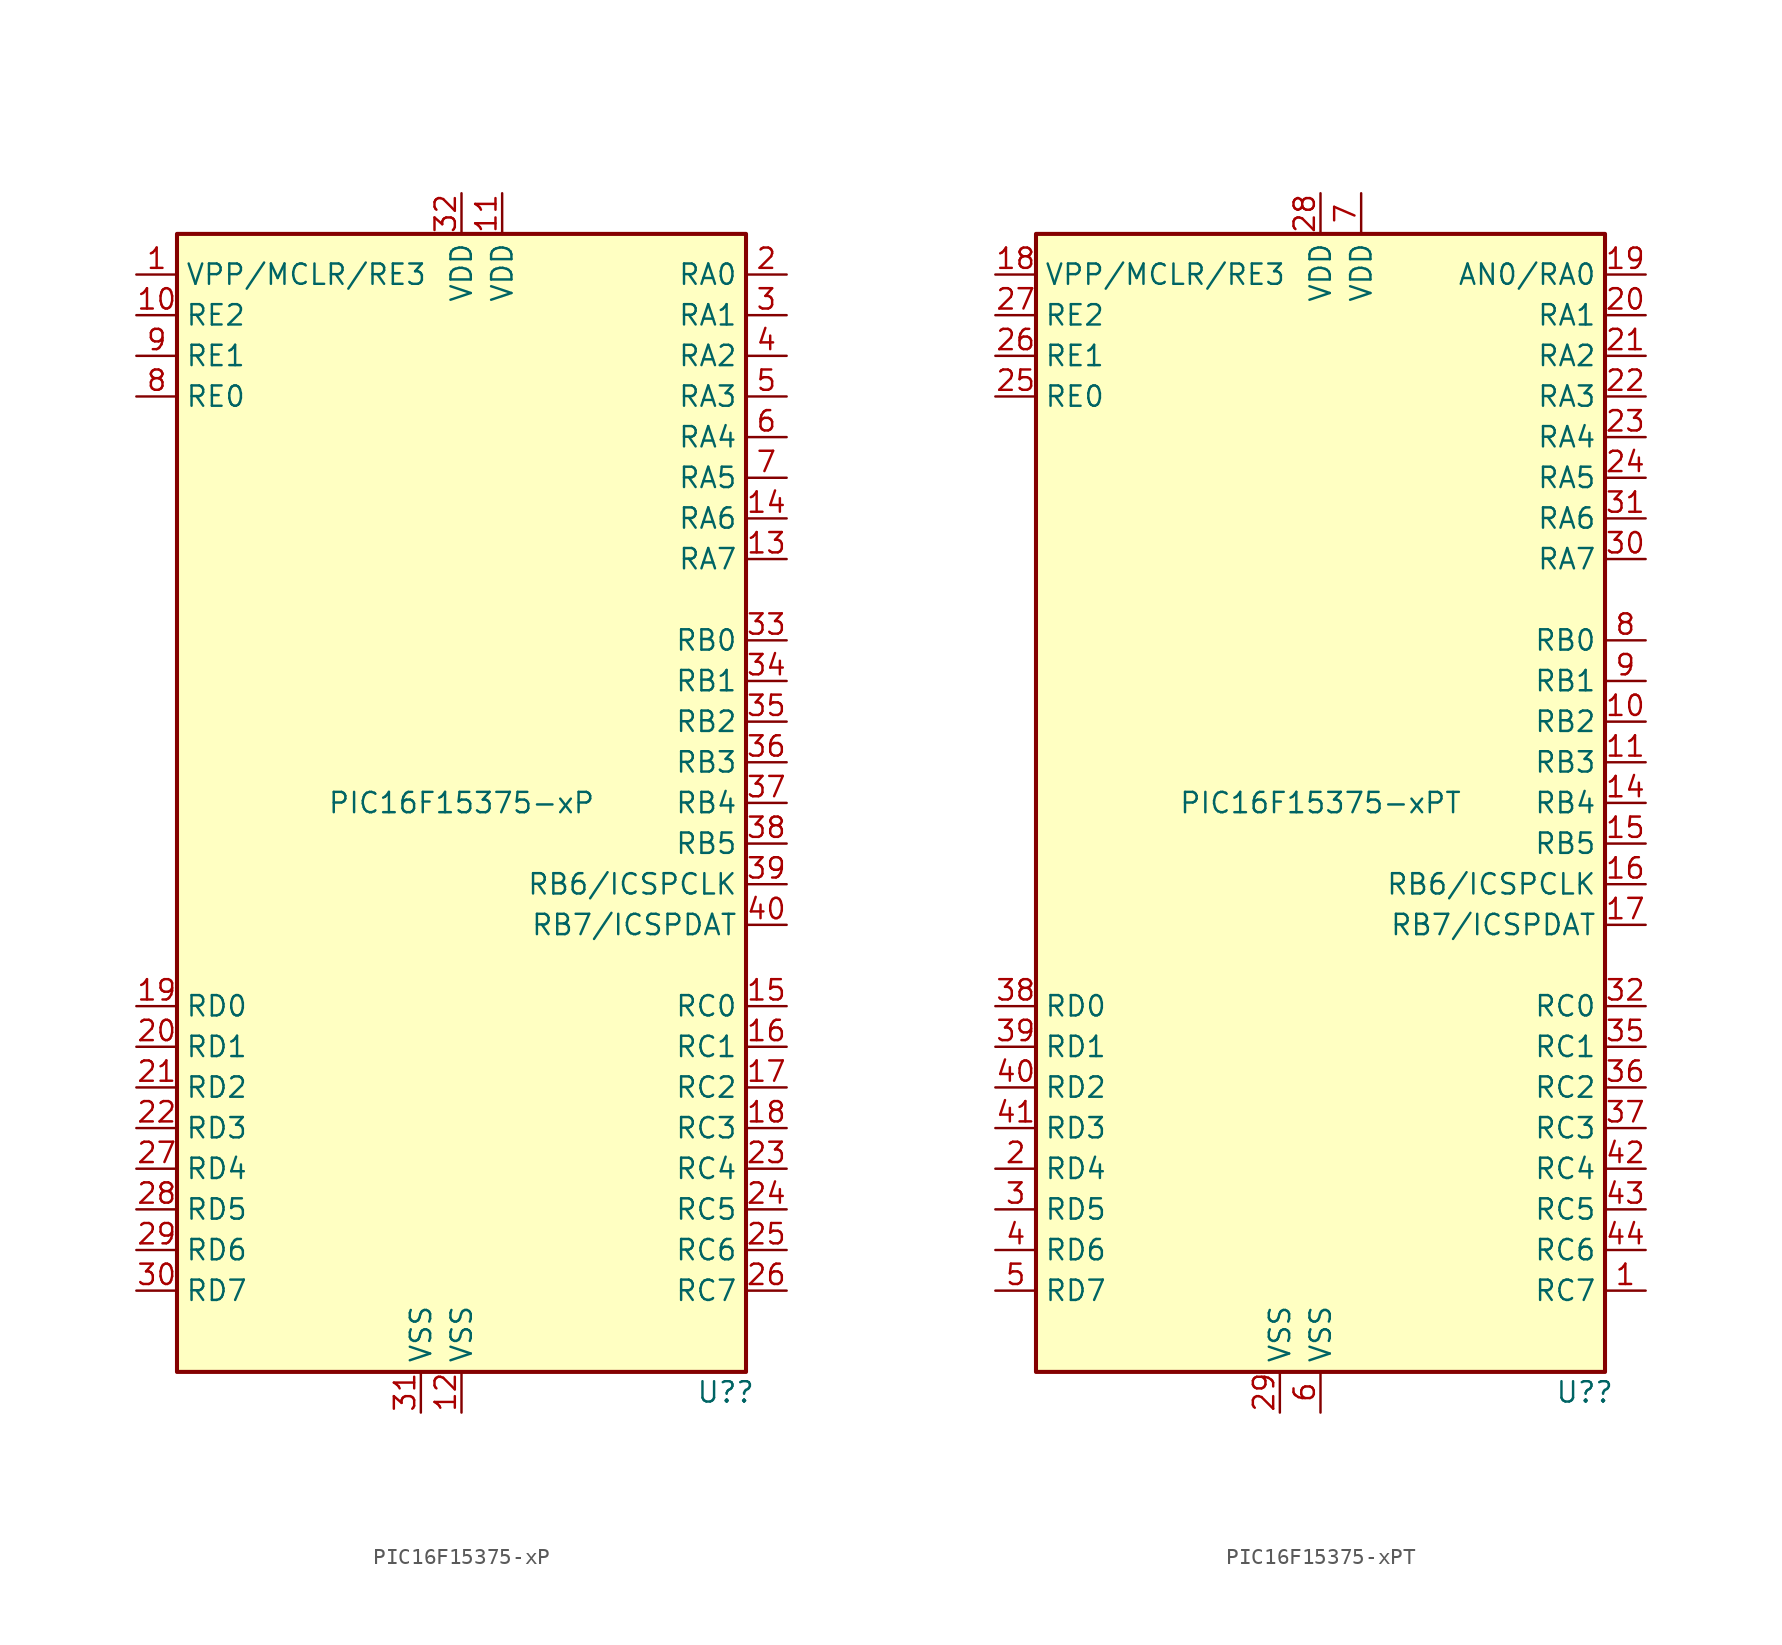
<source format=kicad_sym>
(kicad_symbol_lib
  (version 20220914)
  (generator kicad_symbol_editor)
  (symbol "PIC16F15375-xP"
    (property "Reference" "U?"
      (at 16.51 -36.83 0)
      (effects (font (size 1.27 1.27))))
    (property "Value" "PIC16F15375-xP"
      (at 0 0 0)
      (effects (font (size 1.27 1.27))))
    (symbol "PIC16F15375-xP_0_1"
      (rectangle (start -17.78 35.56) (end 17.78 -35.56) (stroke (width 0.254) (type default)) (fill (type background))))
    (symbol "PIC16F15375-xP_1_1"
      (pin bidirectional line (at -20.32 33.02 0) (length 2.54) (name "VPP/MCLR/RE3" (effects (font (size 1.27 1.27)))) (number "1" (effects (font (size 1.27 1.27)))))
      (pin bidirectional line (at -20.32 30.48 0) (length 2.54) (name "RE2" (effects (font (size 1.27 1.27)))) (number "10" (effects (font (size 1.27 1.27)))))
      (pin power_in line (at 2.54 38.1 270) (length 2.54) (name "VDD" (effects (font (size 1.27 1.27)))) (number "11" (effects (font (size 1.27 1.27)))))
      (pin power_in line (at 0 -38.1 90) (length 2.54) (name "VSS" (effects (font (size 1.27 1.27)))) (number "12" (effects (font (size 1.27 1.27)))))
      (pin bidirectional line (at 20.32 15.24 180) (length 2.54) (name "RA7" (effects (font (size 1.27 1.27)))) (number "13" (effects (font (size 1.27 1.27)))))
      (pin bidirectional line (at 20.32 17.78 180) (length 2.54) (name "RA6" (effects (font (size 1.27 1.27)))) (number "14" (effects (font (size 1.27 1.27)))))
      (pin bidirectional line (at 20.32 -12.7 180) (length 2.54) (name "RC0" (effects (font (size 1.27 1.27)))) (number "15" (effects (font (size 1.27 1.27)))))
      (pin bidirectional line (at 20.32 -15.24 180) (length 2.54) (name "RC1" (effects (font (size 1.27 1.27)))) (number "16" (effects (font (size 1.27 1.27)))))
      (pin bidirectional line (at 20.32 -17.78 180) (length 2.54) (name "RC2" (effects (font (size 1.27 1.27)))) (number "17" (effects (font (size 1.27 1.27)))))
      (pin bidirectional line (at 20.32 -20.32 180) (length 2.54) (name "RC3" (effects (font (size 1.27 1.27)))) (number "18" (effects (font (size 1.27 1.27)))))
      (pin bidirectional line (at -20.32 -12.7 0) (length 2.54) (name "RD0" (effects (font (size 1.27 1.27)))) (number "19" (effects (font (size 1.27 1.27)))))
      (pin bidirectional line (at 20.32 33.02 180) (length 2.54) (name "RA0" (effects (font (size 1.27 1.27)))) (number "2" (effects (font (size 1.27 1.27)))))
      (pin bidirectional line (at -20.32 -15.24 0) (length 2.54) (name "RD1" (effects (font (size 1.27 1.27)))) (number "20" (effects (font (size 1.27 1.27)))))
      (pin bidirectional line (at -20.32 -17.78 0) (length 2.54) (name "RD2" (effects (font (size 1.27 1.27)))) (number "21" (effects (font (size 1.27 1.27)))))
      (pin bidirectional line (at -20.32 -20.32 0) (length 2.54) (name "RD3" (effects (font (size 1.27 1.27)))) (number "22" (effects (font (size 1.27 1.27)))))
      (pin bidirectional line (at 20.32 -22.86 180) (length 2.54) (name "RC4" (effects (font (size 1.27 1.27)))) (number "23" (effects (font (size 1.27 1.27)))))
      (pin bidirectional line (at 20.32 -25.4 180) (length 2.54) (name "RC5" (effects (font (size 1.27 1.27)))) (number "24" (effects (font (size 1.27 1.27)))))
      (pin bidirectional line (at 20.32 -27.94 180) (length 2.54) (name "RC6" (effects (font (size 1.27 1.27)))) (number "25" (effects (font (size 1.27 1.27)))))
      (pin bidirectional line (at 20.32 -30.48 180) (length 2.54) (name "RC7" (effects (font (size 1.27 1.27)))) (number "26" (effects (font (size 1.27 1.27)))))
      (pin bidirectional line (at -20.32 -22.86 0) (length 2.54) (name "RD4" (effects (font (size 1.27 1.27)))) (number "27" (effects (font (size 1.27 1.27)))))
      (pin bidirectional line (at -20.32 -25.4 0) (length 2.54) (name "RD5" (effects (font (size 1.27 1.27)))) (number "28" (effects (font (size 1.27 1.27)))))
      (pin bidirectional line (at -20.32 -27.94 0) (length 2.54) (name "RD6" (effects (font (size 1.27 1.27)))) (number "29" (effects (font (size 1.27 1.27)))))
      (pin bidirectional line (at 20.32 30.48 180) (length 2.54) (name "RA1" (effects (font (size 1.27 1.27)))) (number "3" (effects (font (size 1.27 1.27)))))
      (pin bidirectional line (at -20.32 -30.48 0) (length 2.54) (name "RD7" (effects (font (size 1.27 1.27)))) (number "30" (effects (font (size 1.27 1.27)))))
      (pin power_in line (at -2.54 -38.1 90) (length 2.54) (name "VSS" (effects (font (size 1.27 1.27)))) (number "31" (effects (font (size 1.27 1.27)))))
      (pin power_in line (at 0 38.1 270) (length 2.54) (name "VDD" (effects (font (size 1.27 1.27)))) (number "32" (effects (font (size 1.27 1.27)))))
      (pin bidirectional line (at 20.32 10.16 180) (length 2.54) (name "RB0" (effects (font (size 1.27 1.27)))) (number "33" (effects (font (size 1.27 1.27)))))
      (pin bidirectional line (at 20.32 7.62 180) (length 2.54) (name "RB1" (effects (font (size 1.27 1.27)))) (number "34" (effects (font (size 1.27 1.27)))))
      (pin bidirectional line (at 20.32 5.08 180) (length 2.54) (name "RB2" (effects (font (size 1.27 1.27)))) (number "35" (effects (font (size 1.27 1.27)))))
      (pin bidirectional line (at 20.32 2.54 180) (length 2.54) (name "RB3" (effects (font (size 1.27 1.27)))) (number "36" (effects (font (size 1.27 1.27)))))
      (pin bidirectional line (at 20.32 0 180) (length 2.54) (name "RB4" (effects (font (size 1.27 1.27)))) (number "37" (effects (font (size 1.27 1.27)))))
      (pin bidirectional line (at 20.32 -2.54 180) (length 2.54) (name "RB5" (effects (font (size 1.27 1.27)))) (number "38" (effects (font (size 1.27 1.27)))))
      (pin bidirectional line (at 20.32 -5.08 180) (length 2.54) (name "RB6/ICSPCLK" (effects (font (size 1.27 1.27)))) (number "39" (effects (font (size 1.27 1.27)))))
      (pin bidirectional line (at 20.32 27.94 180) (length 2.54) (name "RA2" (effects (font (size 1.27 1.27)))) (number "4" (effects (font (size 1.27 1.27)))))
      (pin bidirectional line (at 20.32 -7.62 180) (length 2.54) (name "RB7/ICSPDAT" (effects (font (size 1.27 1.27)))) (number "40" (effects (font (size 1.27 1.27)))))
      (pin bidirectional line (at 20.32 25.4 180) (length 2.54) (name "RA3" (effects (font (size 1.27 1.27)))) (number "5" (effects (font (size 1.27 1.27)))))
      (pin bidirectional line (at 20.32 22.86 180) (length 2.54) (name "RA4" (effects (font (size 1.27 1.27)))) (number "6" (effects (font (size 1.27 1.27)))))
      (pin bidirectional line (at 20.32 20.32 180) (length 2.54) (name "RA5" (effects (font (size 1.27 1.27)))) (number "7" (effects (font (size 1.27 1.27)))))
      (pin bidirectional line (at -20.32 25.4 0) (length 2.54) (name "RE0" (effects (font (size 1.27 1.27)))) (number "8" (effects (font (size 1.27 1.27)))))
      (pin bidirectional line (at -20.32 27.94 0) (length 2.54) (name "RE1" (effects (font (size 1.27 1.27)))) (number "9" (effects (font (size 1.27 1.27)))))))
  (symbol "PIC16F15375-xPT"
    (property "Reference" "U?"
      (at 16.51 -36.83 0)
      (effects (font (size 1.27 1.27))))
    (property "Value" "PIC16F15375-xPT"
      (at 0 0 0)
      (effects (font (size 1.27 1.27))))
    (symbol "PIC16F15375-xPT_0_0"
      (pin no_connect line (at -17.78 5.08 0) (length 2.54) hide (name "NC" (effects (font (size 1.27 1.27)))) (number "12" (effects (font (size 1.27 1.27)))))
      (pin no_connect line (at -17.78 0 0) (length 2.54) hide (name "NC" (effects (font (size 1.27 1.27)))) (number "13" (effects (font (size 1.27 1.27)))))
      (pin no_connect line (at -17.78 2.54 0) (length 2.54) hide (name "NC" (effects (font (size 1.27 1.27)))) (number "33" (effects (font (size 1.27 1.27)))))
      (pin no_connect line (at -17.78 7.62 0) (length 2.54) hide (name "NC" (effects (font (size 1.27 1.27)))) (number "34" (effects (font (size 1.27 1.27))))))
    (symbol "PIC16F15375-xPT_0_1"
      (rectangle (start -17.78 35.56) (end 17.78 -35.56) (stroke (width 0.254) (type default)) (fill (type background))))
    (symbol "PIC16F15375-xPT_1_1"
      (pin bidirectional line (at 20.32 -30.48 180) (length 2.54) (name "RC7" (effects (font (size 1.27 1.27)))) (number "1" (effects (font (size 1.27 1.27)))))
      (pin bidirectional line (at 20.32 5.08 180) (length 2.54) (name "RB2" (effects (font (size 1.27 1.27)))) (number "10" (effects (font (size 1.27 1.27)))))
      (pin bidirectional line (at 20.32 2.54 180) (length 2.54) (name "RB3" (effects (font (size 1.27 1.27)))) (number "11" (effects (font (size 1.27 1.27)))))
      (pin bidirectional line (at 20.32 0 180) (length 2.54) (name "RB4" (effects (font (size 1.27 1.27)))) (number "14" (effects (font (size 1.27 1.27)))))
      (pin bidirectional line (at 20.32 -2.54 180) (length 2.54) (name "RB5" (effects (font (size 1.27 1.27)))) (number "15" (effects (font (size 1.27 1.27)))))
      (pin bidirectional line (at 20.32 -5.08 180) (length 2.54) (name "RB6/ICSPCLK" (effects (font (size 1.27 1.27)))) (number "16" (effects (font (size 1.27 1.27)))))
      (pin bidirectional line (at 20.32 -7.62 180) (length 2.54) (name "RB7/ICSPDAT" (effects (font (size 1.27 1.27)))) (number "17" (effects (font (size 1.27 1.27)))))
      (pin bidirectional line (at -20.32 33.02 0) (length 2.54) (name "VPP/MCLR/RE3" (effects (font (size 1.27 1.27)))) (number "18" (effects (font (size 1.27 1.27)))))
      (pin bidirectional line (at 20.32 33.02 180) (length 2.54) (name "AN0/RA0" (effects (font (size 1.27 1.27)))) (number "19" (effects (font (size 1.27 1.27)))))
      (pin bidirectional line (at -20.32 -22.86 0) (length 2.54) (name "RD4" (effects (font (size 1.27 1.27)))) (number "2" (effects (font (size 1.27 1.27)))))
      (pin bidirectional line (at 20.32 30.48 180) (length 2.54) (name "RA1" (effects (font (size 1.27 1.27)))) (number "20" (effects (font (size 1.27 1.27)))))
      (pin bidirectional line (at 20.32 27.94 180) (length 2.54) (name "RA2" (effects (font (size 1.27 1.27)))) (number "21" (effects (font (size 1.27 1.27)))))
      (pin bidirectional line (at 20.32 25.4 180) (length 2.54) (name "RA3" (effects (font (size 1.27 1.27)))) (number "22" (effects (font (size 1.27 1.27)))))
      (pin bidirectional line (at 20.32 22.86 180) (length 2.54) (name "RA4" (effects (font (size 1.27 1.27)))) (number "23" (effects (font (size 1.27 1.27)))))
      (pin bidirectional line (at 20.32 20.32 180) (length 2.54) (name "RA5" (effects (font (size 1.27 1.27)))) (number "24" (effects (font (size 1.27 1.27)))))
      (pin bidirectional line (at -20.32 25.4 0) (length 2.54) (name "RE0" (effects (font (size 1.27 1.27)))) (number "25" (effects (font (size 1.27 1.27)))))
      (pin bidirectional line (at -20.32 27.94 0) (length 2.54) (name "RE1" (effects (font (size 1.27 1.27)))) (number "26" (effects (font (size 1.27 1.27)))))
      (pin bidirectional line (at -20.32 30.48 0) (length 2.54) (name "RE2" (effects (font (size 1.27 1.27)))) (number "27" (effects (font (size 1.27 1.27)))))
      (pin power_in line (at 0 38.1 270) (length 2.54) (name "VDD" (effects (font (size 1.27 1.27)))) (number "28" (effects (font (size 1.27 1.27)))))
      (pin power_in line (at -2.54 -38.1 90) (length 2.54) (name "VSS" (effects (font (size 1.27 1.27)))) (number "29" (effects (font (size 1.27 1.27)))))
      (pin bidirectional line (at -20.32 -25.4 0) (length 2.54) (name "RD5" (effects (font (size 1.27 1.27)))) (number "3" (effects (font (size 1.27 1.27)))))
      (pin bidirectional line (at 20.32 15.24 180) (length 2.54) (name "RA7" (effects (font (size 1.27 1.27)))) (number "30" (effects (font (size 1.27 1.27)))))
      (pin bidirectional line (at 20.32 17.78 180) (length 2.54) (name "RA6" (effects (font (size 1.27 1.27)))) (number "31" (effects (font (size 1.27 1.27)))))
      (pin bidirectional line (at 20.32 -12.7 180) (length 2.54) (name "RC0" (effects (font (size 1.27 1.27)))) (number "32" (effects (font (size 1.27 1.27)))))
      (pin bidirectional line (at 20.32 -15.24 180) (length 2.54) (name "RC1" (effects (font (size 1.27 1.27)))) (number "35" (effects (font (size 1.27 1.27)))))
      (pin bidirectional line (at 20.32 -17.78 180) (length 2.54) (name "RC2" (effects (font (size 1.27 1.27)))) (number "36" (effects (font (size 1.27 1.27)))))
      (pin bidirectional line (at 20.32 -20.32 180) (length 2.54) (name "RC3" (effects (font (size 1.27 1.27)))) (number "37" (effects (font (size 1.27 1.27)))))
      (pin bidirectional line (at -20.32 -12.7 0) (length 2.54) (name "RD0" (effects (font (size 1.27 1.27)))) (number "38" (effects (font (size 1.27 1.27)))))
      (pin bidirectional line (at -20.32 -15.24 0) (length 2.54) (name "RD1" (effects (font (size 1.27 1.27)))) (number "39" (effects (font (size 1.27 1.27)))))
      (pin bidirectional line (at -20.32 -27.94 0) (length 2.54) (name "RD6" (effects (font (size 1.27 1.27)))) (number "4" (effects (font (size 1.27 1.27)))))
      (pin bidirectional line (at -20.32 -17.78 0) (length 2.54) (name "RD2" (effects (font (size 1.27 1.27)))) (number "40" (effects (font (size 1.27 1.27)))))
      (pin bidirectional line (at -20.32 -20.32 0) (length 2.54) (name "RD3" (effects (font (size 1.27 1.27)))) (number "41" (effects (font (size 1.27 1.27)))))
      (pin bidirectional line (at 20.32 -22.86 180) (length 2.54) (name "RC4" (effects (font (size 1.27 1.27)))) (number "42" (effects (font (size 1.27 1.27)))))
      (pin bidirectional line (at 20.32 -25.4 180) (length 2.54) (name "RC5" (effects (font (size 1.27 1.27)))) (number "43" (effects (font (size 1.27 1.27)))))
      (pin bidirectional line (at 20.32 -27.94 180) (length 2.54) (name "RC6" (effects (font (size 1.27 1.27)))) (number "44" (effects (font (size 1.27 1.27)))))
      (pin bidirectional line (at -20.32 -30.48 0) (length 2.54) (name "RD7" (effects (font (size 1.27 1.27)))) (number "5" (effects (font (size 1.27 1.27)))))
      (pin power_in line (at 0 -38.1 90) (length 2.54) (name "VSS" (effects (font (size 1.27 1.27)))) (number "6" (effects (font (size 1.27 1.27)))))
      (pin power_in line (at 2.54 38.1 270) (length 2.54) (name "VDD" (effects (font (size 1.27 1.27)))) (number "7" (effects (font (size 1.27 1.27)))))
      (pin bidirectional line (at 20.32 10.16 180) (length 2.54) (name "RB0" (effects (font (size 1.27 1.27)))) (number "8" (effects (font (size 1.27 1.27)))))
      (pin bidirectional line (at 20.32 7.62 180) (length 2.54) (name "RB1" (effects (font (size 1.27 1.27)))) (number "9" (effects (font (size 1.27 1.27))))))))
</source>
